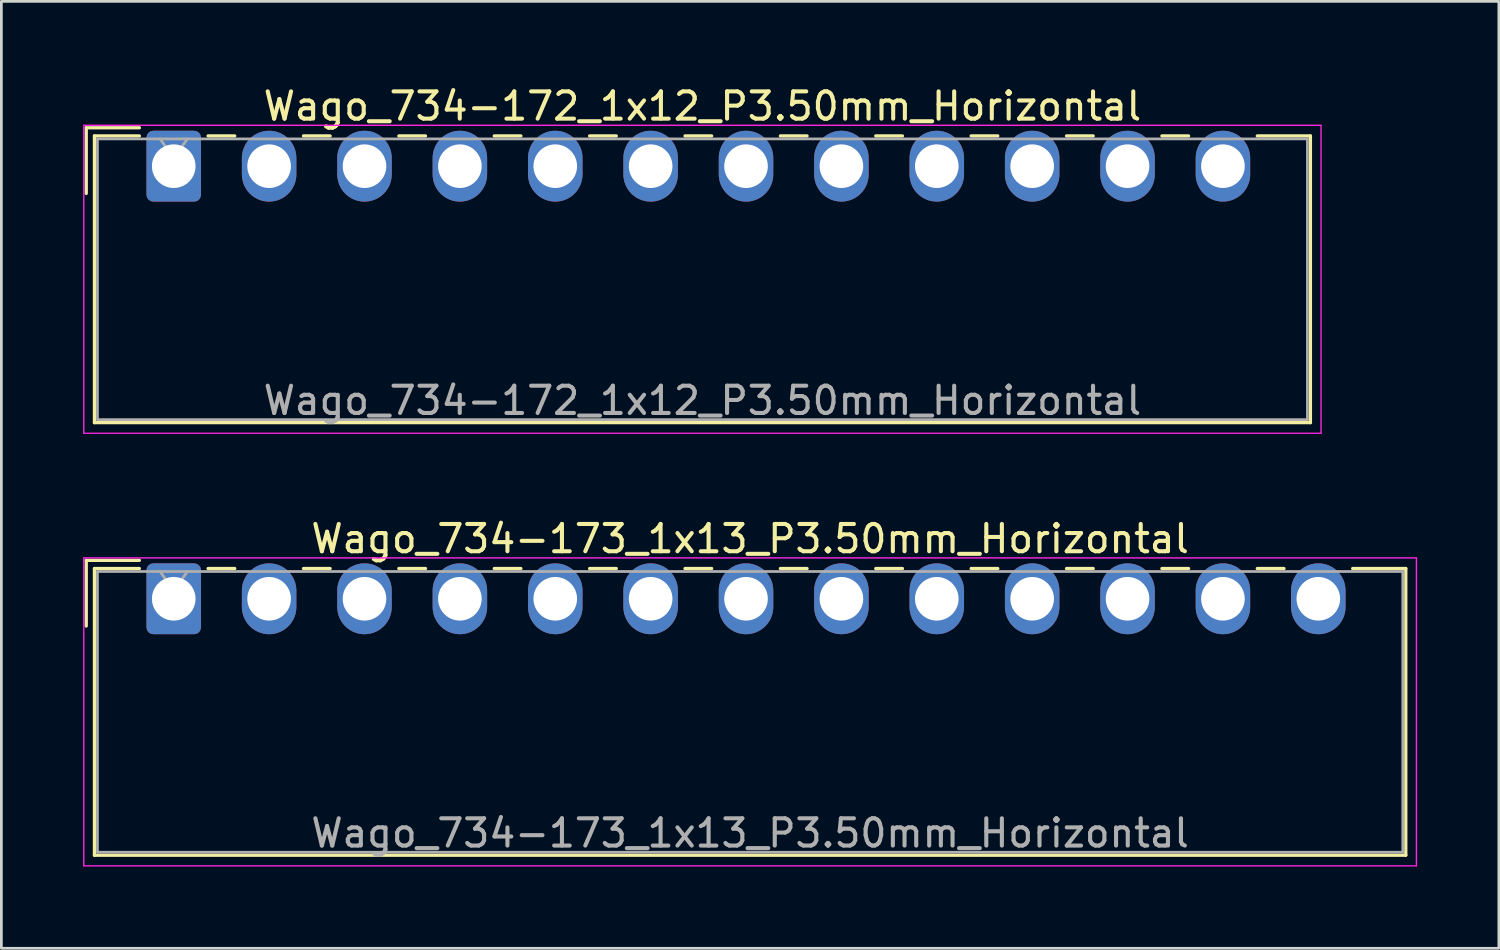
<source format=kicad_pcb>
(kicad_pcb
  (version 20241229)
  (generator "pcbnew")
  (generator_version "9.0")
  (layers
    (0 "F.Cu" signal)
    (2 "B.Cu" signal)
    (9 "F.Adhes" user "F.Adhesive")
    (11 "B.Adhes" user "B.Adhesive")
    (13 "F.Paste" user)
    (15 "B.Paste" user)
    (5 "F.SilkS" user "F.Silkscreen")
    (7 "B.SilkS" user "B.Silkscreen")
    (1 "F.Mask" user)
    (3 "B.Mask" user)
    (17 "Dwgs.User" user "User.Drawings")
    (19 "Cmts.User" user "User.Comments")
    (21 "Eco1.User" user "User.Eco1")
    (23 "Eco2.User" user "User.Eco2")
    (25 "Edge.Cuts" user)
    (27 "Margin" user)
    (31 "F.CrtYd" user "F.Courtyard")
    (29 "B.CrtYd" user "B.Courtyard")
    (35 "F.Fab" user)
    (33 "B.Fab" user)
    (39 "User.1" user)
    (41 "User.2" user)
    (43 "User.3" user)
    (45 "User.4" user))
  (footprint "Wago_734-172_1x12_P3.50mm_Horizontal"
    (layer "F.Cu")
    (at 3.325 3.048)
    (property "Reference" "Wago_734-172_1x12_P3.50mm_Horizontal" (at 19.4 -2.2 0) (layer "F.SilkS") (effects (font (size 1 1) (thickness 0.15))))
    (attr through_hole)
    (fp_line (start -3.21 -1.41) (end -1.26 -1.41) (stroke (width 0.12) (type solid)) (layer "F.SilkS"))
    (fp_line (start -3.21 1) (end -3.21 -1.41) (stroke (width 0.12) (type solid)) (layer "F.SilkS"))
    (fp_line (start -2.91 -1.11) (end -2.91 9.41) (stroke (width 0.12) (type solid)) (layer "F.SilkS"))
    (fp_line (start -2.91 9.41) (end 41.71 9.41) (stroke (width 0.12) (type solid)) (layer "F.SilkS"))
    (fp_line (start -1.26 -1.11) (end -2.91 -1.11) (stroke (width 0.12) (type solid)) (layer "F.SilkS"))
    (fp_line (start 1.26 -1.11) (end 2.24 -1.11) (stroke (width 0.12) (type solid)) (layer "F.SilkS"))
    (fp_line (start 4.76 -1.11) (end 5.74 -1.11) (stroke (width 0.12) (type solid)) (layer "F.SilkS"))
    (fp_line (start 8.26 -1.11) (end 9.24 -1.11) (stroke (width 0.12) (type solid)) (layer "F.SilkS"))
    (fp_line (start 11.76 -1.11) (end 12.74 -1.11) (stroke (width 0.12) (type solid)) (layer "F.SilkS"))
    (fp_line (start 15.26 -1.11) (end 16.24 -1.11) (stroke (width 0.12) (type solid)) (layer "F.SilkS"))
    (fp_line (start 18.76 -1.11) (end 19.74 -1.11) (stroke (width 0.12) (type solid)) (layer "F.SilkS"))
    (fp_line (start 22.26 -1.11) (end 23.24 -1.11) (stroke (width 0.12) (type solid)) (layer "F.SilkS"))
    (fp_line (start 25.76 -1.11) (end 26.74 -1.11) (stroke (width 0.12) (type solid)) (layer "F.SilkS"))
    (fp_line (start 29.26 -1.11) (end 30.24 -1.11) (stroke (width 0.12) (type solid)) (layer "F.SilkS"))
    (fp_line (start 32.76 -1.11) (end 33.74 -1.11) (stroke (width 0.12) (type solid)) (layer "F.SilkS"))
    (fp_line (start 36.26 -1.11) (end 37.24 -1.11) (stroke (width 0.12) (type solid)) (layer "F.SilkS"))
    (fp_line (start 41.71 -1.11) (end 39.76 -1.11) (stroke (width 0.12) (type solid)) (layer "F.SilkS"))
    (fp_line (start 41.71 9.41) (end 41.71 -1.11) (stroke (width 0.12) (type solid)) (layer "F.SilkS"))
    (fp_line (start -3.3 -1.5) (end -3.3 9.8) (stroke (width 0.05) (type solid)) (layer "F.CrtYd"))
    (fp_line (start -3.3 9.8) (end 42.1 9.8) (stroke (width 0.05) (type solid)) (layer "F.CrtYd"))
    (fp_line (start 42.1 -1.5) (end -3.3 -1.5) (stroke (width 0.05) (type solid)) (layer "F.CrtYd"))
    (fp_line (start 42.1 9.8) (end 42.1 -1.5) (stroke (width 0.05) (type solid)) (layer "F.CrtYd"))
    (fp_line (start -2.8 -1) (end -2.8 9.3) (stroke (width 0.1) (type solid)) (layer "F.Fab"))
    (fp_line (start -2.8 9.3) (end 41.6 9.3) (stroke (width 0.1) (type solid)) (layer "F.Fab"))
    (fp_line (start -0.5 -1) (end 0 -0.293) (stroke (width 0.1) (type solid)) (layer "F.Fab"))
    (fp_line (start 0 -0.293) (end 0.5 -1) (stroke (width 0.1) (type solid)) (layer "F.Fab"))
    (fp_line (start 41.6 -1) (end -2.8 -1) (stroke (width 0.1) (type solid)) (layer "F.Fab"))
    (fp_line (start 41.6 9.3) (end 41.6 -1) (stroke (width 0.1) (type solid)) (layer "F.Fab"))
    (fp_text user "${REFERENCE}" (at 19.4 8.6 0) (layer "F.Fab") (effects (font (size 1 1) (thickness 0.15))))
    (pad "1" thru_hole roundrect (at 0 0) (size 2 2.6) (drill 1.6) (layers "*.Cu" "*.Mask") (roundrect_rratio 0.125))
    (pad "2" thru_hole oval (at 3.5 0) (size 2 2.6) (drill 1.6) (layers "*.Cu" "*.Mask"))
    (pad "3" thru_hole oval (at 7 0) (size 2 2.6) (drill 1.6) (layers "*.Cu" "*.Mask"))
    (pad "4" thru_hole oval (at 10.5 0) (size 2 2.6) (drill 1.6) (layers "*.Cu" "*.Mask"))
    (pad "5" thru_hole oval (at 14 0) (size 2 2.6) (drill 1.6) (layers "*.Cu" "*.Mask"))
    (pad "6" thru_hole oval (at 17.5 0) (size 2 2.6) (drill 1.6) (layers "*.Cu" "*.Mask"))
    (pad "7" thru_hole oval (at 21 0) (size 2 2.6) (drill 1.6) (layers "*.Cu" "*.Mask"))
    (pad "8" thru_hole oval (at 24.5 0) (size 2 2.6) (drill 1.6) (layers "*.Cu" "*.Mask"))
    (pad "9" thru_hole oval (at 28 0) (size 2 2.6) (drill 1.6) (layers "*.Cu" "*.Mask"))
    (pad "10" thru_hole oval (at 31.5 0) (size 2 2.6) (drill 1.6) (layers "*.Cu" "*.Mask"))
    (pad "11" thru_hole oval (at 35 0) (size 2 2.6) (drill 1.6) (layers "*.Cu" "*.Mask"))
    (pad "12" thru_hole oval (at 38.5 0) (size 2 2.6) (drill 1.6) (layers "*.Cu" "*.Mask")))
  (footprint "Wago_734-173_1x13_P3.50mm_Horizontal"
    (layer "F.Cu")
    (at 3.325 18.922)
    (property "Reference" "Wago_734-173_1x13_P3.50mm_Horizontal" (at 21.15 -2.2 0) (layer "F.SilkS") (effects (font (size 1 1) (thickness 0.15))))
    (attr through_hole)
    (fp_line (start -3.21 -1.41) (end -1.26 -1.41) (stroke (width 0.12) (type solid)) (layer "F.SilkS"))
    (fp_line (start -3.21 1) (end -3.21 -1.41) (stroke (width 0.12) (type solid)) (layer "F.SilkS"))
    (fp_line (start -2.91 -1.11) (end -2.91 9.41) (stroke (width 0.12) (type solid)) (layer "F.SilkS"))
    (fp_line (start -2.91 9.41) (end 45.21 9.41) (stroke (width 0.12) (type solid)) (layer "F.SilkS"))
    (fp_line (start -1.26 -1.11) (end -2.91 -1.11) (stroke (width 0.12) (type solid)) (layer "F.SilkS"))
    (fp_line (start 1.26 -1.11) (end 2.24 -1.11) (stroke (width 0.12) (type solid)) (layer "F.SilkS"))
    (fp_line (start 4.76 -1.11) (end 5.74 -1.11) (stroke (width 0.12) (type solid)) (layer "F.SilkS"))
    (fp_line (start 8.26 -1.11) (end 9.24 -1.11) (stroke (width 0.12) (type solid)) (layer "F.SilkS"))
    (fp_line (start 11.76 -1.11) (end 12.74 -1.11) (stroke (width 0.12) (type solid)) (layer "F.SilkS"))
    (fp_line (start 15.26 -1.11) (end 16.24 -1.11) (stroke (width 0.12) (type solid)) (layer "F.SilkS"))
    (fp_line (start 18.76 -1.11) (end 19.74 -1.11) (stroke (width 0.12) (type solid)) (layer "F.SilkS"))
    (fp_line (start 22.26 -1.11) (end 23.24 -1.11) (stroke (width 0.12) (type solid)) (layer "F.SilkS"))
    (fp_line (start 25.76 -1.11) (end 26.74 -1.11) (stroke (width 0.12) (type solid)) (layer "F.SilkS"))
    (fp_line (start 29.26 -1.11) (end 30.24 -1.11) (stroke (width 0.12) (type solid)) (layer "F.SilkS"))
    (fp_line (start 32.76 -1.11) (end 33.74 -1.11) (stroke (width 0.12) (type solid)) (layer "F.SilkS"))
    (fp_line (start 36.26 -1.11) (end 37.24 -1.11) (stroke (width 0.12) (type solid)) (layer "F.SilkS"))
    (fp_line (start 39.76 -1.11) (end 40.74 -1.11) (stroke (width 0.12) (type solid)) (layer "F.SilkS"))
    (fp_line (start 45.21 -1.11) (end 43.26 -1.11) (stroke (width 0.12) (type solid)) (layer "F.SilkS"))
    (fp_line (start 45.21 9.41) (end 45.21 -1.11) (stroke (width 0.12) (type solid)) (layer "F.SilkS"))
    (fp_line (start -3.3 -1.5) (end -3.3 9.8) (stroke (width 0.05) (type solid)) (layer "F.CrtYd"))
    (fp_line (start -3.3 9.8) (end 45.6 9.8) (stroke (width 0.05) (type solid)) (layer "F.CrtYd"))
    (fp_line (start 45.6 -1.5) (end -3.3 -1.5) (stroke (width 0.05) (type solid)) (layer "F.CrtYd"))
    (fp_line (start 45.6 9.8) (end 45.6 -1.5) (stroke (width 0.05) (type solid)) (layer "F.CrtYd"))
    (fp_line (start -2.8 -1) (end -2.8 9.3) (stroke (width 0.1) (type solid)) (layer "F.Fab"))
    (fp_line (start -2.8 9.3) (end 45.1 9.3) (stroke (width 0.1) (type solid)) (layer "F.Fab"))
    (fp_line (start -0.5 -1) (end 0 -0.293) (stroke (width 0.1) (type solid)) (layer "F.Fab"))
    (fp_line (start 0 -0.293) (end 0.5 -1) (stroke (width 0.1) (type solid)) (layer "F.Fab"))
    (fp_line (start 45.1 -1) (end -2.8 -1) (stroke (width 0.1) (type solid)) (layer "F.Fab"))
    (fp_line (start 45.1 9.3) (end 45.1 -1) (stroke (width 0.1) (type solid)) (layer "F.Fab"))
    (fp_text user "${REFERENCE}" (at 21.15 8.6 0) (layer "F.Fab") (effects (font (size 1 1) (thickness 0.15))))
    (pad "1" thru_hole roundrect (at 0 0) (size 2 2.6) (drill 1.6) (layers "*.Cu" "*.Mask") (roundrect_rratio 0.125))
    (pad "2" thru_hole oval (at 3.5 0) (size 2 2.6) (drill 1.6) (layers "*.Cu" "*.Mask"))
    (pad "3" thru_hole oval (at 7 0) (size 2 2.6) (drill 1.6) (layers "*.Cu" "*.Mask"))
    (pad "4" thru_hole oval (at 10.5 0) (size 2 2.6) (drill 1.6) (layers "*.Cu" "*.Mask"))
    (pad "5" thru_hole oval (at 14 0) (size 2 2.6) (drill 1.6) (layers "*.Cu" "*.Mask"))
    (pad "6" thru_hole oval (at 17.5 0) (size 2 2.6) (drill 1.6) (layers "*.Cu" "*.Mask"))
    (pad "7" thru_hole oval (at 21 0) (size 2 2.6) (drill 1.6) (layers "*.Cu" "*.Mask"))
    (pad "8" thru_hole oval (at 24.5 0) (size 2 2.6) (drill 1.6) (layers "*.Cu" "*.Mask"))
    (pad "9" thru_hole oval (at 28 0) (size 2 2.6) (drill 1.6) (layers "*.Cu" "*.Mask"))
    (pad "10" thru_hole oval (at 31.5 0) (size 2 2.6) (drill 1.6) (layers "*.Cu" "*.Mask"))
    (pad "11" thru_hole oval (at 35 0) (size 2 2.6) (drill 1.6) (layers "*.Cu" "*.Mask"))
    (pad "12" thru_hole oval (at 38.5 0) (size 2 2.6) (drill 1.6) (layers "*.Cu" "*.Mask"))
    (pad "13" thru_hole oval (at 42 0) (size 2 2.6) (drill 1.6) (layers "*.Cu" "*.Mask")))
  (gr_rect
    (start -3 -3)
    (end 51.95 31.747)
    (stroke (width 0.1) (type default))
    (fill no)
    (layer "Edge.Cuts")))
</source>
